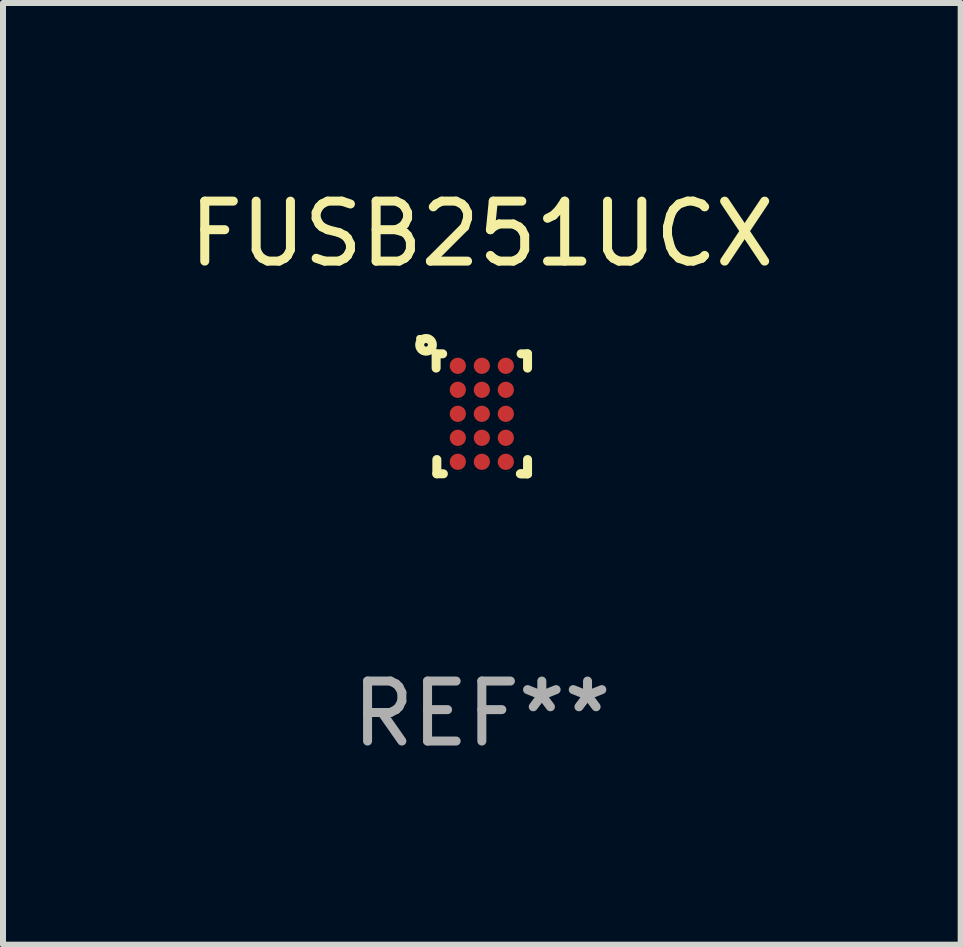
<source format=kicad_pcb>
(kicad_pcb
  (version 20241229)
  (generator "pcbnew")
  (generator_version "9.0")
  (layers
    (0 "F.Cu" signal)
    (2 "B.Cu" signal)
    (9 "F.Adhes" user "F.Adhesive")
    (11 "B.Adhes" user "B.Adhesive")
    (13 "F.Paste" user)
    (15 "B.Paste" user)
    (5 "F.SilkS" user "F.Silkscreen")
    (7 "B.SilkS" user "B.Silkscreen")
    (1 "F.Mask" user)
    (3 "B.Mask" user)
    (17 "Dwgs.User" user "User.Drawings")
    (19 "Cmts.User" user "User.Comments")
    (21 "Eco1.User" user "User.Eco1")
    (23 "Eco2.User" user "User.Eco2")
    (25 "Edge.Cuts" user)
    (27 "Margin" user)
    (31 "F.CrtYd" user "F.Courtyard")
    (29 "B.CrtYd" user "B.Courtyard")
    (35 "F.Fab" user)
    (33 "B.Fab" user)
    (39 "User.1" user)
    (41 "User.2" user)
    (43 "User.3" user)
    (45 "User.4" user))
  (footprint "FUSB251UCX"
    (layer "F.Cu")
    (at 4.982 3.848)
    (property "Reference" "FUSB251UCX" (at 0 -3 0) (layer "F.SilkS") (effects (font (size 1 1) (thickness 0.15))))
    (attr through_hole)
    (fp_line (start -0.762 -1) (end -0.762 -0.762) (stroke (width 0.15) (type solid)) (layer "F.SilkS"))
    (fp_line (start -0.75 1) (end -0.75 0.762) (stroke (width 0.15) (type solid)) (layer "F.SilkS"))
    (fp_line (start -0.653 -1) (end -0.762 -1) (stroke (width 0.15) (type solid)) (layer "F.SilkS"))
    (fp_line (start -0.641 1) (end -0.75 1) (stroke (width 0.15) (type solid)) (layer "F.SilkS"))
    (fp_line (start 0.654 -1) (end 0.762 -1) (stroke (width 0.15) (type solid)) (layer "F.SilkS"))
    (fp_line (start 0.654 1) (end 0.762 1) (stroke (width 0.15) (type solid)) (layer "F.SilkS"))
    (fp_line (start 0.762 -1) (end 0.762 -0.762) (stroke (width 0.15) (type solid)) (layer "F.SilkS"))
    (fp_line (start 0.762 1) (end 0.642 1) (stroke (width 0.15) (type solid)) (layer "F.SilkS"))
    (fp_line (start 0.762 1) (end 0.762 0.762) (stroke (width 0.15) (type solid)) (layer "F.SilkS"))
    (fp_circle (center -1.036 -1.256) (end -1.006 -1.256) (stroke (width 0.06) (type solid)) (fill no) (layer "F.SilkS"))
    (fp_circle (center -0.93 -1.15) (end -0.899 -1.15) (stroke (width 0.15) (type solid)) (fill no) (layer "F.SilkS"))
    (fp_text user "REF**" (at 0 5 0) (layer "F.Fab") (effects (font (size 1 1) (thickness 0.15))))
    (pad "A1" smd circle (at -0.4 -0.8) (size 0.27 0.27) (layers "F.Cu" "F.Mask" "F.Paste"))
    (pad "A2" smd circle (at 0.000127 -0.8) (size 0.27 0.27) (layers "F.Cu" "F.Mask" "F.Paste"))
    (pad "A3" smd circle (at 0.4 -0.8) (size 0.27 0.27) (layers "F.Cu" "F.Mask" "F.Paste"))
    (pad "B1" smd circle (at -0.4 -0.4) (size 0.27 0.27) (layers "F.Cu" "F.Mask" "F.Paste"))
    (pad "B2" smd circle (at 0.000127 -0.4) (size 0.27 0.27) (layers "F.Cu" "F.Mask" "F.Paste"))
    (pad "B3" smd circle (at 0.4 -0.4) (size 0.27 0.27) (layers "F.Cu" "F.Mask" "F.Paste"))
    (pad "C1" smd circle (at -0.4 0.000064) (size 0.27 0.27) (layers "F.Cu" "F.Mask" "F.Paste"))
    (pad "C2" smd circle (at 0.000127 0.000064) (size 0.27 0.27) (layers "F.Cu" "F.Mask" "F.Paste"))
    (pad "C3" smd circle (at 0.4 0.000064) (size 0.27 0.27) (layers "F.Cu" "F.Mask" "F.Paste"))
    (pad "D1" smd circle (at -0.4 0.4) (size 0.27 0.27) (layers "F.Cu" "F.Mask" "F.Paste"))
    (pad "D2" smd circle (at 0.000127 0.4) (size 0.27 0.27) (layers "F.Cu" "F.Mask" "F.Paste"))
    (pad "D3" smd circle (at 0.4 0.4) (size 0.27 0.27) (layers "F.Cu" "F.Mask" "F.Paste"))
    (pad "E1" smd circle (at -0.4 0.8) (size 0.27 0.27) (layers "F.Cu" "F.Mask" "F.Paste"))
    (pad "E2" smd circle (at 0.000127 0.8) (size 0.27 0.27) (layers "F.Cu" "F.Mask" "F.Paste"))
    (pad "E3" smd circle (at 0.4 0.8) (size 0.27 0.27) (layers "F.Cu" "F.Mask" "F.Paste")))
  (gr_rect
    (start -3 -3)
    (end 12.964 12.697)
    (stroke (width 0.1) (type default))
    (fill no)
    (layer "Edge.Cuts")))
</source>
